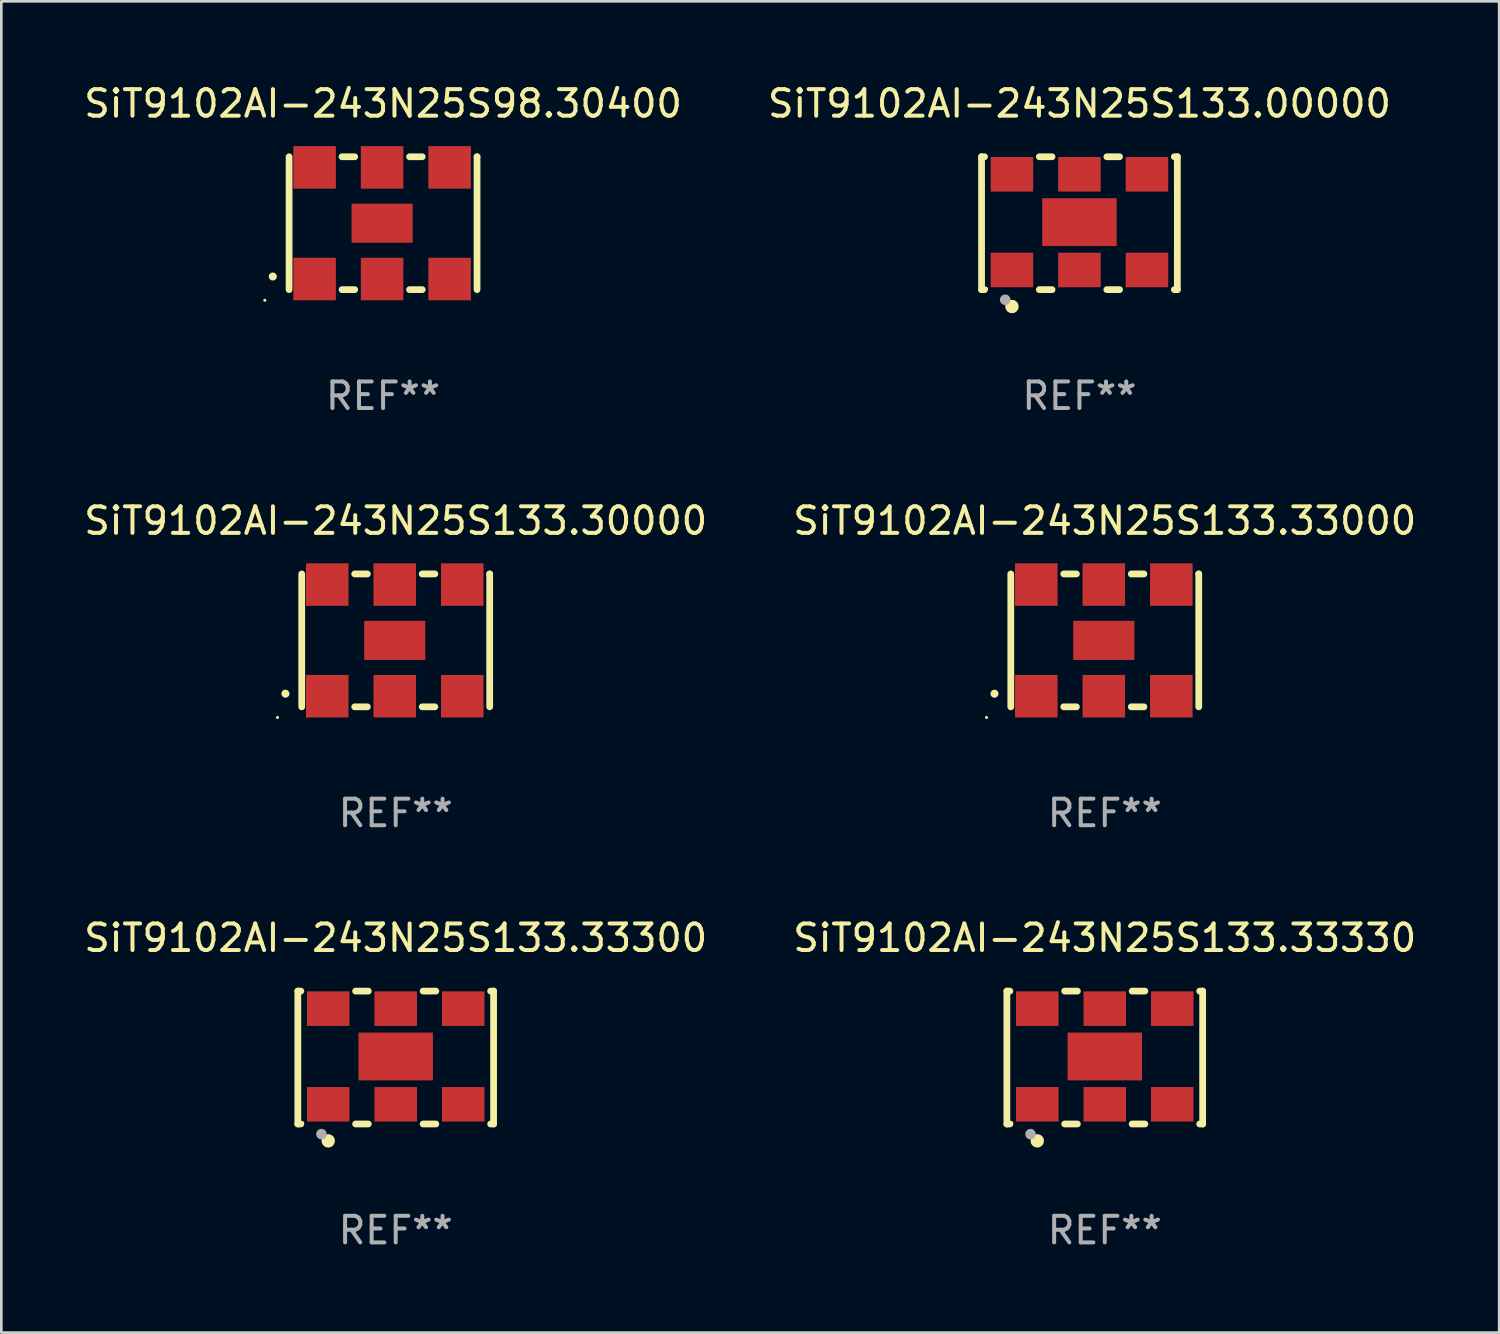
<source format=kicad_pcb>
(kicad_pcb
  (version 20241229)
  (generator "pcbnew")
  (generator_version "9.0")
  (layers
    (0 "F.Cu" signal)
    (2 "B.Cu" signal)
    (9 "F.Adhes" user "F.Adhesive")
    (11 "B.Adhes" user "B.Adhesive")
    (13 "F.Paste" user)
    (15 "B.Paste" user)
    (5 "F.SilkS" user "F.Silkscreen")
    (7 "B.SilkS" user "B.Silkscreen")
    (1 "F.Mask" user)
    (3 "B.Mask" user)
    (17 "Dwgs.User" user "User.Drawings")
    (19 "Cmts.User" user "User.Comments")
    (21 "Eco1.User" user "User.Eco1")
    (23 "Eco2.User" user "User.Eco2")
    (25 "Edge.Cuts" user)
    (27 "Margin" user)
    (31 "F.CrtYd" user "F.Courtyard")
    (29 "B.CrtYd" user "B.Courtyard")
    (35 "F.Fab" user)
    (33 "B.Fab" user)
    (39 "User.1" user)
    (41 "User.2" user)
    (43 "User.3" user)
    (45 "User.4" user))
  (footprint "SiT9102AI-243N25S98.30400"
    (layer "F.Cu")
    (at 11.363 5.348)
    (property "Reference" "SiT9102AI-243N25S98.30400" (at 0 -4.5 0) (layer "F.SilkS") (effects (font (size 1 1) (thickness 0.15))))
    (attr through_hole)
    (fp_line (start -3.536 -2.5) (end -3.536 2.5) (stroke (width 0.254) (type solid)) (layer "F.SilkS"))
    (fp_line (start -1.544 2.5) (end -1.067 2.5) (stroke (width 0.254) (type solid)) (layer "F.SilkS"))
    (fp_line (start -1.067 -2.5) (end -1.544 -2.5) (stroke (width 0.254) (type solid)) (layer "F.SilkS"))
    (fp_line (start 0.996 2.5) (end 1.473 2.5) (stroke (width 0.254) (type solid)) (layer "F.SilkS"))
    (fp_line (start 1.473 -2.5) (end 0.996 -2.5) (stroke (width 0.254) (type solid)) (layer "F.SilkS"))
    (fp_line (start 3.536 -2.5) (end 3.536 -2.5) (stroke (width 0.254) (type solid)) (layer "F.SilkS"))
    (fp_line (start 3.536 2.5) (end 3.536 -2.5) (stroke (width 0.254) (type solid)) (layer "F.SilkS"))
    (fp_arc (start -4.150432 2.006604) (mid -4.149162 2.006599) (end -4.147892 2.006604) (stroke (width 0.3) (type solid)) (layer "F.SilkS"))
    (fp_circle (center -4.449 2.9) (end -4.419 2.9) (stroke (width 0.06) (type solid)) (fill no) (layer "F.SilkS"))
    (fp_text user "REF**" (at 0 6.5 0) (layer "F.Fab") (effects (font (size 1 1) (thickness 0.15))))
    (pad "1" smd rect (at -2.576 2.1) (size 1.6 1.6) (layers "F.Cu" "F.Mask" "F.Paste"))
    (pad "2" smd rect (at -0.036 2.1) (size 1.6 1.6) (layers "F.Cu" "F.Mask" "F.Paste"))
    (pad "3" smd rect (at 2.504 2.1) (size 1.6 1.6) (layers "F.Cu" "F.Mask" "F.Paste"))
    (pad "4" smd rect (at 2.504 -2.1) (size 1.6 1.6) (layers "F.Cu" "F.Mask" "F.Paste"))
    (pad "5" smd rect (at -0.036 -2.1) (size 1.6 1.6) (layers "F.Cu" "F.Mask" "F.Paste"))
    (pad "6" smd rect (at -2.576 -2.1) (size 1.6 1.6) (layers "F.Cu" "F.Mask" "F.Paste"))
    (pad "7" smd rect (at -0.036 0) (size 2.3 1.47) (layers "F.Cu" "F.Mask" "F.Paste")))
  (footprint "SiT9102AI-243N25S133.00000"
    (layer "F.Cu")
    (at 37.565 5.348)
    (property "Reference" "SiT9102AI-243N25S133.00000" (at 0 -4.5 0) (layer "F.SilkS") (effects (font (size 1 1) (thickness 0.15))))
    (attr through_hole)
    (fp_line (start -3.683 -2.5) (end -3.571 -2.5) (stroke (width 0.254) (type solid)) (layer "F.SilkS"))
    (fp_line (start -3.683 2.5) (end -3.683 -2.5) (stroke (width 0.254) (type solid)) (layer "F.SilkS"))
    (fp_line (start -3.683 2.5) (end -3.571 2.5) (stroke (width 0.254) (type solid)) (layer "F.SilkS"))
    (fp_line (start -1.509 -2.5) (end -1.031 -2.5) (stroke (width 0.254) (type solid)) (layer "F.SilkS"))
    (fp_line (start -1.509 2.5) (end -1.031 2.5) (stroke (width 0.254) (type solid)) (layer "F.SilkS"))
    (fp_line (start 1.031 -2.5) (end 1.509 -2.5) (stroke (width 0.254) (type solid)) (layer "F.SilkS"))
    (fp_line (start 1.031 2.5) (end 1.509 2.5) (stroke (width 0.254) (type solid)) (layer "F.SilkS"))
    (fp_line (start 3.571 -2.5) (end 3.683 -2.5) (stroke (width 0.254) (type solid)) (layer "F.SilkS"))
    (fp_line (start 3.571 2.5) (end 3.683 2.5) (stroke (width 0.254) (type solid)) (layer "F.SilkS"))
    (fp_line (start 3.683 2.5) (end 3.683 -2.5) (stroke (width 0.254) (type solid)) (layer "F.SilkS"))
    (fp_circle (center -3.5 2.46) (end -3.47 2.46) (stroke (width 0.06) (type solid)) (fill no) (layer "F.SilkS"))
    (fp_circle (center -2.54 3.135) (end -2.413 3.135) (stroke (width 0.254) (type solid)) (fill no) (layer "F.SilkS"))
    (fp_circle (center -2.794 2.881) (end -2.694 2.881) (stroke (width 0.2) (type solid)) (fill no) (layer "F.Fab"))
    (fp_text user "REF**" (at 0 6.5 0) (layer "F.Fab") (effects (font (size 1 1) (thickness 0.15))))
    (pad "1" smd rect (at -2.54 1.76) (size 1.6 1.3) (layers "F.Cu" "F.Mask" "F.Paste"))
    (pad "2" smd rect (at 0 1.76) (size 1.6 1.3) (layers "F.Cu" "F.Mask" "F.Paste"))
    (pad "3" smd rect (at 2.54 1.76) (size 1.6 1.3) (layers "F.Cu" "F.Mask" "F.Paste"))
    (pad "4" smd rect (at 2.54 -1.84) (size 1.6 1.3) (layers "F.Cu" "F.Mask" "F.Paste"))
    (pad "5" smd rect (at 0 -1.84) (size 1.6 1.3) (layers "F.Cu" "F.Mask" "F.Paste"))
    (pad "6" smd rect (at -2.54 -1.84) (size 1.6 1.3) (layers "F.Cu" "F.Mask" "F.Paste"))
    (pad "7" smd rect (at 0 -0.04) (size 2.8 1.8) (layers "F.Cu" "F.Mask" "F.Paste")))
  (footprint "SiT9102AI-243N25S133.33330"
    (layer "F.Cu")
    (at 38.518 36.741)
    (property "Reference" "SiT9102AI-243N25S133.33330" (at 0 -4.5 0) (layer "F.SilkS") (effects (font (size 1 1) (thickness 0.15))))
    (attr through_hole)
    (fp_line (start -3.683 -2.5) (end -3.571 -2.5) (stroke (width 0.254) (type solid)) (layer "F.SilkS"))
    (fp_line (start -3.683 2.5) (end -3.683 -2.5) (stroke (width 0.254) (type solid)) (layer "F.SilkS"))
    (fp_line (start -3.683 2.5) (end -3.571 2.5) (stroke (width 0.254) (type solid)) (layer "F.SilkS"))
    (fp_line (start -1.509 -2.5) (end -1.031 -2.5) (stroke (width 0.254) (type solid)) (layer "F.SilkS"))
    (fp_line (start -1.509 2.5) (end -1.031 2.5) (stroke (width 0.254) (type solid)) (layer "F.SilkS"))
    (fp_line (start 1.031 -2.5) (end 1.509 -2.5) (stroke (width 0.254) (type solid)) (layer "F.SilkS"))
    (fp_line (start 1.031 2.5) (end 1.509 2.5) (stroke (width 0.254) (type solid)) (layer "F.SilkS"))
    (fp_line (start 3.571 -2.5) (end 3.683 -2.5) (stroke (width 0.254) (type solid)) (layer "F.SilkS"))
    (fp_line (start 3.571 2.5) (end 3.683 2.5) (stroke (width 0.254) (type solid)) (layer "F.SilkS"))
    (fp_line (start 3.683 2.5) (end 3.683 -2.5) (stroke (width 0.254) (type solid)) (layer "F.SilkS"))
    (fp_circle (center -3.5 2.46) (end -3.47 2.46) (stroke (width 0.06) (type solid)) (fill no) (layer "F.SilkS"))
    (fp_circle (center -2.54 3.135) (end -2.413 3.135) (stroke (width 0.254) (type solid)) (fill no) (layer "F.SilkS"))
    (fp_circle (center -2.794 2.881) (end -2.694 2.881) (stroke (width 0.2) (type solid)) (fill no) (layer "F.Fab"))
    (fp_text user "REF**" (at 0 6.5 0) (layer "F.Fab") (effects (font (size 1 1) (thickness 0.15))))
    (pad "1" smd rect (at -2.54 1.76) (size 1.6 1.3) (layers "F.Cu" "F.Mask" "F.Paste"))
    (pad "2" smd rect (at 0 1.76) (size 1.6 1.3) (layers "F.Cu" "F.Mask" "F.Paste"))
    (pad "3" smd rect (at 2.54 1.76) (size 1.6 1.3) (layers "F.Cu" "F.Mask" "F.Paste"))
    (pad "4" smd rect (at 2.54 -1.84) (size 1.6 1.3) (layers "F.Cu" "F.Mask" "F.Paste"))
    (pad "5" smd rect (at 0 -1.84) (size 1.6 1.3) (layers "F.Cu" "F.Mask" "F.Paste"))
    (pad "6" smd rect (at -2.54 -1.84) (size 1.6 1.3) (layers "F.Cu" "F.Mask" "F.Paste"))
    (pad "7" smd rect (at 0 -0.04) (size 2.8 1.8) (layers "F.Cu" "F.Mask" "F.Paste")))
  (footprint "SiT9102AI-243N25S133.30000"
    (layer "F.Cu")
    (at 11.839 21.045)
    (property "Reference" "SiT9102AI-243N25S133.30000" (at 0 -4.5 0) (layer "F.SilkS") (effects (font (size 1 1) (thickness 0.15))))
    (attr through_hole)
    (fp_line (start -3.536 -2.5) (end -3.536 2.5) (stroke (width 0.254) (type solid)) (layer "F.SilkS"))
    (fp_line (start -1.544 2.5) (end -1.067 2.5) (stroke (width 0.254) (type solid)) (layer "F.SilkS"))
    (fp_line (start -1.067 -2.5) (end -1.544 -2.5) (stroke (width 0.254) (type solid)) (layer "F.SilkS"))
    (fp_line (start 0.996 2.5) (end 1.473 2.5) (stroke (width 0.254) (type solid)) (layer "F.SilkS"))
    (fp_line (start 1.473 -2.5) (end 0.996 -2.5) (stroke (width 0.254) (type solid)) (layer "F.SilkS"))
    (fp_line (start 3.536 -2.5) (end 3.536 -2.5) (stroke (width 0.254) (type solid)) (layer "F.SilkS"))
    (fp_line (start 3.536 2.5) (end 3.536 -2.5) (stroke (width 0.254) (type solid)) (layer "F.SilkS"))
    (fp_arc (start -4.150432 2.006604) (mid -4.149162 2.006599) (end -4.147892 2.006604) (stroke (width 0.3) (type solid)) (layer "F.SilkS"))
    (fp_circle (center -4.449 2.9) (end -4.419 2.9) (stroke (width 0.06) (type solid)) (fill no) (layer "F.SilkS"))
    (fp_text user "REF**" (at 0 6.5 0) (layer "F.Fab") (effects (font (size 1 1) (thickness 0.15))))
    (pad "1" smd rect (at -2.576 2.1) (size 1.6 1.6) (layers "F.Cu" "F.Mask" "F.Paste"))
    (pad "2" smd rect (at -0.036 2.1) (size 1.6 1.6) (layers "F.Cu" "F.Mask" "F.Paste"))
    (pad "3" smd rect (at 2.504 2.1) (size 1.6 1.6) (layers "F.Cu" "F.Mask" "F.Paste"))
    (pad "4" smd rect (at 2.504 -2.1) (size 1.6 1.6) (layers "F.Cu" "F.Mask" "F.Paste"))
    (pad "5" smd rect (at -0.036 -2.1) (size 1.6 1.6) (layers "F.Cu" "F.Mask" "F.Paste"))
    (pad "6" smd rect (at -2.576 -2.1) (size 1.6 1.6) (layers "F.Cu" "F.Mask" "F.Paste"))
    (pad "7" smd rect (at -0.036 0) (size 2.3 1.47) (layers "F.Cu" "F.Mask" "F.Paste")))
  (footprint "SiT9102AI-243N25S133.33000"
    (layer "F.Cu")
    (at 38.518 21.045)
    (property "Reference" "SiT9102AI-243N25S133.33000" (at 0 -4.5 0) (layer "F.SilkS") (effects (font (size 1 1) (thickness 0.15))))
    (attr through_hole)
    (fp_line (start -3.536 -2.5) (end -3.536 2.5) (stroke (width 0.254) (type solid)) (layer "F.SilkS"))
    (fp_line (start -1.544 2.5) (end -1.067 2.5) (stroke (width 0.254) (type solid)) (layer "F.SilkS"))
    (fp_line (start -1.067 -2.5) (end -1.544 -2.5) (stroke (width 0.254) (type solid)) (layer "F.SilkS"))
    (fp_line (start 0.996 2.5) (end 1.473 2.5) (stroke (width 0.254) (type solid)) (layer "F.SilkS"))
    (fp_line (start 1.473 -2.5) (end 0.996 -2.5) (stroke (width 0.254) (type solid)) (layer "F.SilkS"))
    (fp_line (start 3.536 -2.5) (end 3.536 -2.5) (stroke (width 0.254) (type solid)) (layer "F.SilkS"))
    (fp_line (start 3.536 2.5) (end 3.536 -2.5) (stroke (width 0.254) (type solid)) (layer "F.SilkS"))
    (fp_arc (start -4.150432 2.006604) (mid -4.149162 2.006599) (end -4.147892 2.006604) (stroke (width 0.3) (type solid)) (layer "F.SilkS"))
    (fp_circle (center -4.449 2.9) (end -4.419 2.9) (stroke (width 0.06) (type solid)) (fill no) (layer "F.SilkS"))
    (fp_text user "REF**" (at 0 6.5 0) (layer "F.Fab") (effects (font (size 1 1) (thickness 0.15))))
    (pad "1" smd rect (at -2.576 2.1) (size 1.6 1.6) (layers "F.Cu" "F.Mask" "F.Paste"))
    (pad "2" smd rect (at -0.036 2.1) (size 1.6 1.6) (layers "F.Cu" "F.Mask" "F.Paste"))
    (pad "3" smd rect (at 2.504 2.1) (size 1.6 1.6) (layers "F.Cu" "F.Mask" "F.Paste"))
    (pad "4" smd rect (at 2.504 -2.1) (size 1.6 1.6) (layers "F.Cu" "F.Mask" "F.Paste"))
    (pad "5" smd rect (at -0.036 -2.1) (size 1.6 1.6) (layers "F.Cu" "F.Mask" "F.Paste"))
    (pad "6" smd rect (at -2.576 -2.1) (size 1.6 1.6) (layers "F.Cu" "F.Mask" "F.Paste"))
    (pad "7" smd rect (at -0.036 0) (size 2.3 1.47) (layers "F.Cu" "F.Mask" "F.Paste")))
  (footprint "SiT9102AI-243N25S133.33300"
    (layer "F.Cu")
    (at 11.839 36.741)
    (property "Reference" "SiT9102AI-243N25S133.33300" (at 0 -4.5 0) (layer "F.SilkS") (effects (font (size 1 1) (thickness 0.15))))
    (attr through_hole)
    (fp_line (start -3.683 -2.5) (end -3.571 -2.5) (stroke (width 0.254) (type solid)) (layer "F.SilkS"))
    (fp_line (start -3.683 2.5) (end -3.683 -2.5) (stroke (width 0.254) (type solid)) (layer "F.SilkS"))
    (fp_line (start -3.683 2.5) (end -3.571 2.5) (stroke (width 0.254) (type solid)) (layer "F.SilkS"))
    (fp_line (start -1.509 -2.5) (end -1.031 -2.5) (stroke (width 0.254) (type solid)) (layer "F.SilkS"))
    (fp_line (start -1.509 2.5) (end -1.031 2.5) (stroke (width 0.254) (type solid)) (layer "F.SilkS"))
    (fp_line (start 1.031 -2.5) (end 1.509 -2.5) (stroke (width 0.254) (type solid)) (layer "F.SilkS"))
    (fp_line (start 1.031 2.5) (end 1.509 2.5) (stroke (width 0.254) (type solid)) (layer "F.SilkS"))
    (fp_line (start 3.571 -2.5) (end 3.683 -2.5) (stroke (width 0.254) (type solid)) (layer "F.SilkS"))
    (fp_line (start 3.571 2.5) (end 3.683 2.5) (stroke (width 0.254) (type solid)) (layer "F.SilkS"))
    (fp_line (start 3.683 2.5) (end 3.683 -2.5) (stroke (width 0.254) (type solid)) (layer "F.SilkS"))
    (fp_circle (center -3.5 2.46) (end -3.47 2.46) (stroke (width 0.06) (type solid)) (fill no) (layer "F.SilkS"))
    (fp_circle (center -2.54 3.135) (end -2.413 3.135) (stroke (width 0.254) (type solid)) (fill no) (layer "F.SilkS"))
    (fp_circle (center -2.794 2.881) (end -2.694 2.881) (stroke (width 0.2) (type solid)) (fill no) (layer "F.Fab"))
    (fp_text user "REF**" (at 0 6.5 0) (layer "F.Fab") (effects (font (size 1 1) (thickness 0.15))))
    (pad "1" smd rect (at -2.54 1.76) (size 1.6 1.3) (layers "F.Cu" "F.Mask" "F.Paste"))
    (pad "2" smd rect (at 0 1.76) (size 1.6 1.3) (layers "F.Cu" "F.Mask" "F.Paste"))
    (pad "3" smd rect (at 2.54 1.76) (size 1.6 1.3) (layers "F.Cu" "F.Mask" "F.Paste"))
    (pad "4" smd rect (at 2.54 -1.84) (size 1.6 1.3) (layers "F.Cu" "F.Mask" "F.Paste"))
    (pad "5" smd rect (at 0 -1.84) (size 1.6 1.3) (layers "F.Cu" "F.Mask" "F.Paste"))
    (pad "6" smd rect (at -2.54 -1.84) (size 1.6 1.3) (layers "F.Cu" "F.Mask" "F.Paste"))
    (pad "7" smd rect (at 0 -0.04) (size 2.8 1.8) (layers "F.Cu" "F.Mask" "F.Paste")))
  (gr_rect
    (start -3 -3)
    (end 53.357 47.09)
    (stroke (width 0.1) (type default))
    (fill no)
    (layer "Edge.Cuts")))
</source>
